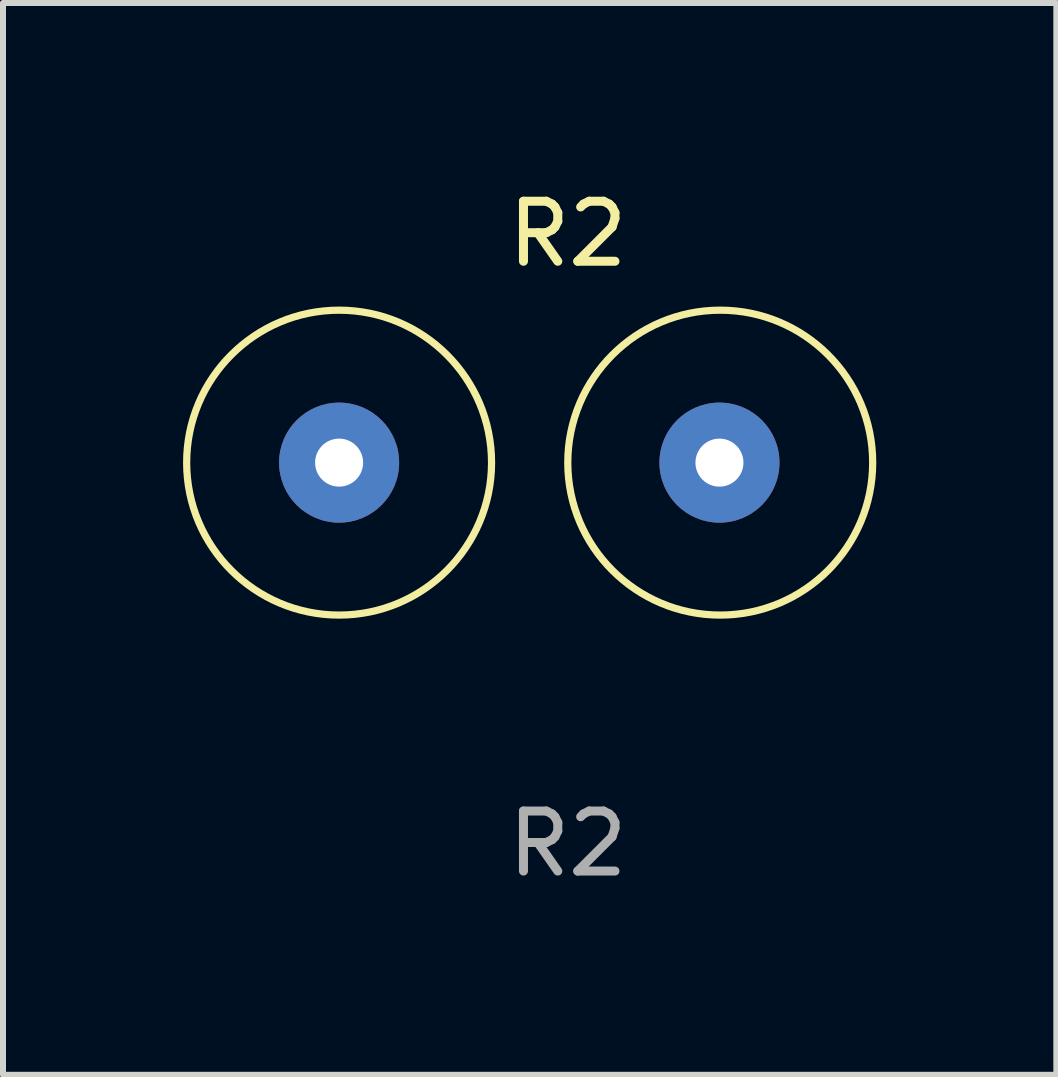
<source format=kicad_pcb>
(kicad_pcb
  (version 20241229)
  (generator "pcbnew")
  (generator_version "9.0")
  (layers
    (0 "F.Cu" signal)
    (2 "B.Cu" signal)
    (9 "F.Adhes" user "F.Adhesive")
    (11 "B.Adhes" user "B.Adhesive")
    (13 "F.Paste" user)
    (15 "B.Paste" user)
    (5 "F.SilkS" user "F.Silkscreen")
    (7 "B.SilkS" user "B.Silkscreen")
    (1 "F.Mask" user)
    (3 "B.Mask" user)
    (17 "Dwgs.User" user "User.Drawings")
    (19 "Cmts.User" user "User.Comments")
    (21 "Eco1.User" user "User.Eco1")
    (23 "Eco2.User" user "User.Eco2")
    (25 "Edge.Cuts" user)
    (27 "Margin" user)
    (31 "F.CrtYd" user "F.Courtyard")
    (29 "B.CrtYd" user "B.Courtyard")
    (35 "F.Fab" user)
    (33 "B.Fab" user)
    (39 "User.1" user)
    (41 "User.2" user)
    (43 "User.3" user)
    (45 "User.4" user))
  (footprint "R2"
    (layer "F.Cu")
    (at 2.6 4.658)
    (property "Reference" "R2" (at 3.81 -3.81 0) (unlocked yes) (layer "F.SilkS") (effects (font (size 1 1) (thickness 0.15))))
    (attr through_hole)
    (fp_circle (center 0 0) (end 0 -2.54) (stroke (width 0.12) (type solid)) (fill no) (layer "F.SilkS"))
    (fp_circle (center 6.35 0) (end 6.35 -2.54) (stroke (width 0.12) (type solid)) (fill no) (layer "F.SilkS"))
    (fp_text user "${REFERENCE}" (at 3.81 6.35 0) (unlocked yes) (layer "F.Fab") (effects (font (size 1 1) (thickness 0.15))))
    (pad "1" thru_hole circle (at 0 0) (size 2 2) (drill 0.8) (layers "*.Cu" "*.Mask"))
    (pad "2" thru_hole circle (at 6.337 0) (size 2 2) (drill 0.8) (layers "*.Cu" "*.Mask")))
  (gr_rect
    (start -3 -3)
    (end 14.55 14.857)
    (stroke (width 0.1) (type default))
    (fill no)
    (layer "Edge.Cuts")))
</source>
